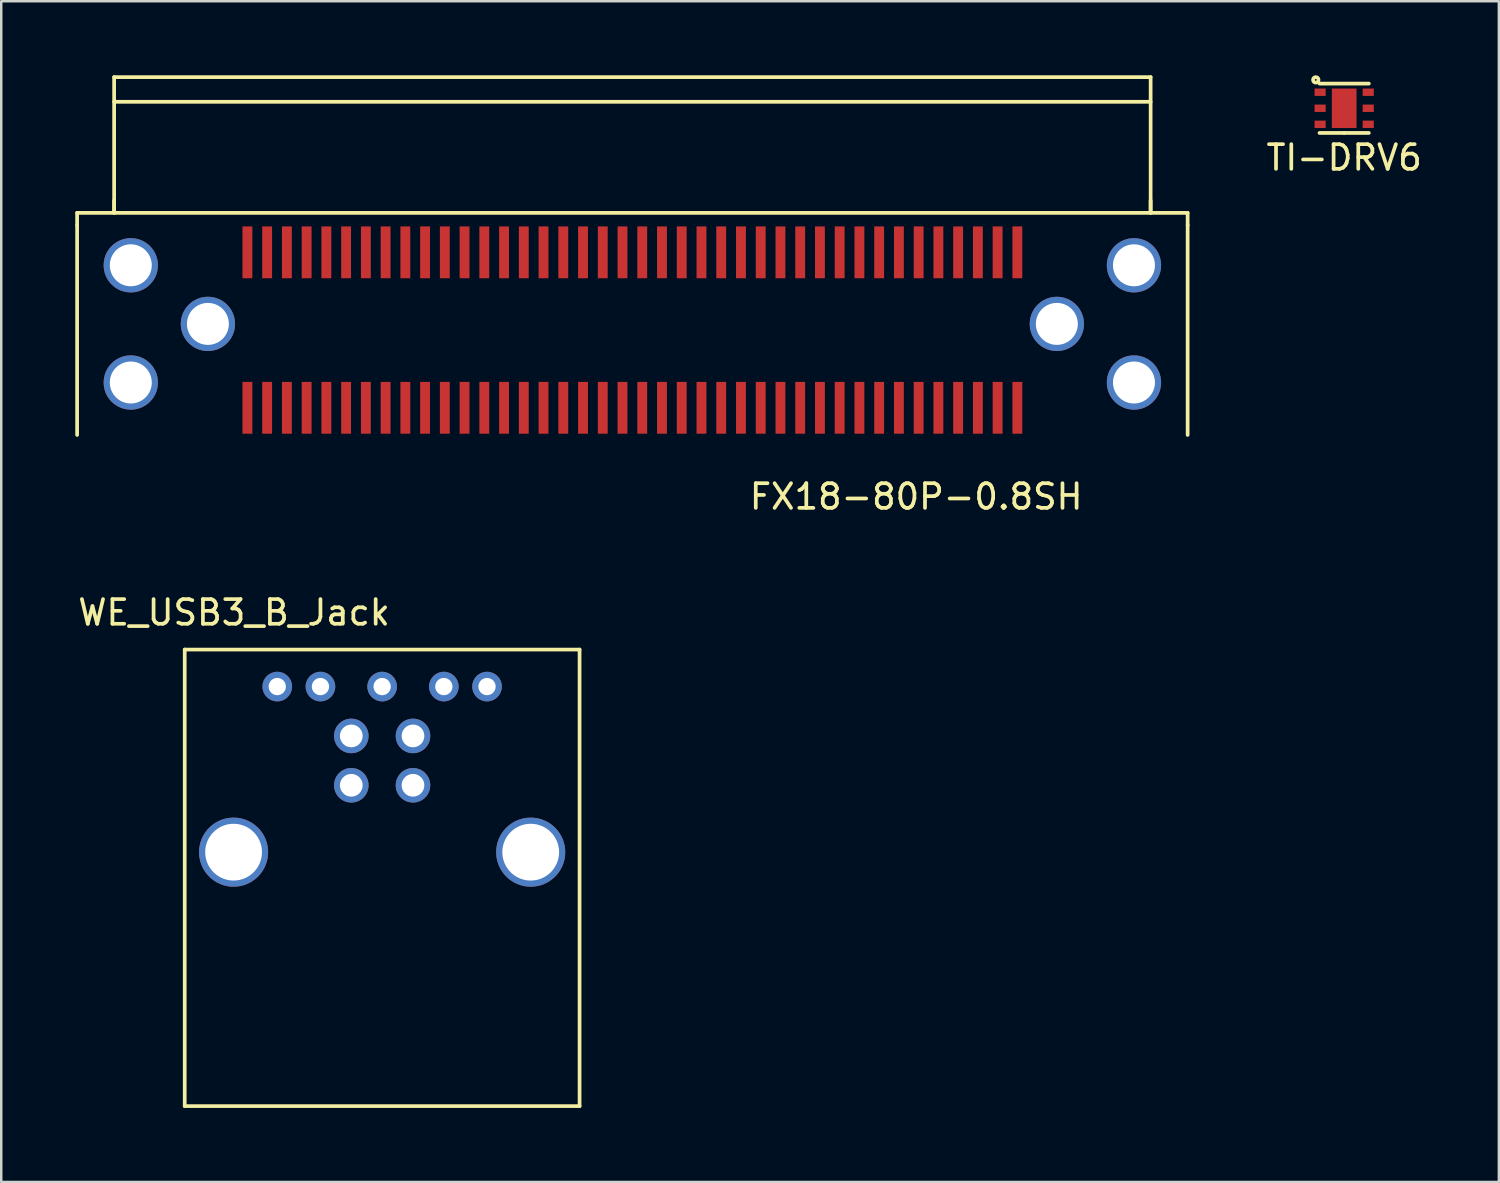
<source format=kicad_pcb>
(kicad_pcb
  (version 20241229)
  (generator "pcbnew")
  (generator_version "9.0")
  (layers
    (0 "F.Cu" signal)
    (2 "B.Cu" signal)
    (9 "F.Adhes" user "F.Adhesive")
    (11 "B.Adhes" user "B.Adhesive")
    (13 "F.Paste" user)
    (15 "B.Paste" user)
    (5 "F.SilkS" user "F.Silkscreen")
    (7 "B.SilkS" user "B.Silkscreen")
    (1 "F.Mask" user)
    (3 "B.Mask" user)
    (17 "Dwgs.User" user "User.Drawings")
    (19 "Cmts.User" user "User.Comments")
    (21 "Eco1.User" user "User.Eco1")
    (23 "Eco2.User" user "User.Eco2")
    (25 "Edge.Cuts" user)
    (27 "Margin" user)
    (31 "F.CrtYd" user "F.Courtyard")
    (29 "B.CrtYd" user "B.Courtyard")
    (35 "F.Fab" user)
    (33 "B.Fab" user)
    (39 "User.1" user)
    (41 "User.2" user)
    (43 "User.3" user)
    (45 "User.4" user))
  (footprint "FX18-80P-0.8SH"
    (layer "F.Cu")
    (at 22.575 10.075)
    (property "Reference" "FX18-80P-0.8SH" (at 11.5 7 0) (layer "F.SilkS") (effects (font (size 1 1) (thickness 0.15))))
    (attr through_hole)
    (fp_line (start -22.5 -4.5) (end -22.5 -4) (stroke (width 0.15) (type solid)) (layer "F.SilkS"))
    (fp_line (start -22.5 4.5) (end -22.5 -4) (stroke (width 0.15) (type solid)) (layer "F.SilkS"))
    (fp_line (start -21 -10) (end 21 -10) (stroke (width 0.15) (type solid)) (layer "F.SilkS"))
    (fp_line (start -21 -9) (end 21 -9) (stroke (width 0.15) (type solid)) (layer "F.SilkS"))
    (fp_line (start -21 -4.5) (end -21 -10) (stroke (width 0.15) (type solid)) (layer "F.SilkS"))
    (fp_line (start -21 -4.5) (end -21 -5) (stroke (width 0.15) (type solid)) (layer "F.SilkS"))
    (fp_line (start 21 -10) (end 21 -4.5) (stroke (width 0.15) (type solid)) (layer "F.SilkS"))
    (fp_line (start 21 -4.5) (end 21 -5) (stroke (width 0.15) (type solid)) (layer "F.SilkS"))
    (fp_line (start 22.5 -4.5) (end -22.5 -4.5) (stroke (width 0.15) (type solid)) (layer "F.SilkS"))
    (fp_line (start 22.5 -4) (end 22.5 -4.5) (stroke (width 0.15) (type solid)) (layer "F.SilkS"))
    (fp_line (start 22.5 4.5) (end 22.5 -4) (stroke (width 0.15) (type solid)) (layer "F.SilkS"))
    (pad "1" smd rect (at -15.6 3.4) (size 0.4 2.1) (layers "F.Cu" "F.Mask" "F.Paste"))
    (pad "2" smd rect (at -14.8 3.4) (size 0.4 2.1) (layers "F.Cu" "F.Mask" "F.Paste"))
    (pad "3" smd rect (at -14 3.4) (size 0.4 2.1) (layers "F.Cu" "F.Mask" "F.Paste"))
    (pad "4" smd rect (at -13.2 3.4) (size 0.4 2.1) (layers "F.Cu" "F.Mask" "F.Paste"))
    (pad "5" smd rect (at -12.4 3.4) (size 0.4 2.1) (layers "F.Cu" "F.Mask" "F.Paste"))
    (pad "6" smd rect (at -11.6 3.4) (size 0.4 2.1) (layers "F.Cu" "F.Mask" "F.Paste"))
    (pad "7" smd rect (at -10.8 3.4) (size 0.4 2.1) (layers "F.Cu" "F.Mask" "F.Paste"))
    (pad "8" smd rect (at -10 3.4) (size 0.4 2.1) (layers "F.Cu" "F.Mask" "F.Paste"))
    (pad "9" smd rect (at -9.2 3.4) (size 0.4 2.1) (layers "F.Cu" "F.Mask" "F.Paste"))
    (pad "10" smd rect (at -8.4 3.4) (size 0.4 2.1) (layers "F.Cu" "F.Mask" "F.Paste"))
    (pad "11" smd rect (at -7.6 3.4) (size 0.4 2.1) (layers "F.Cu" "F.Mask" "F.Paste"))
    (pad "12" smd rect (at -6.8 3.4) (size 0.4 2.1) (layers "F.Cu" "F.Mask" "F.Paste"))
    (pad "13" smd rect (at -6 3.4) (size 0.4 2.1) (layers "F.Cu" "F.Mask" "F.Paste"))
    (pad "14" smd rect (at -5.2 3.4) (size 0.4 2.1) (layers "F.Cu" "F.Mask" "F.Paste"))
    (pad "15" smd rect (at -4.4 3.4) (size 0.4 2.1) (layers "F.Cu" "F.Mask" "F.Paste"))
    (pad "16" smd rect (at -3.6 3.4) (size 0.4 2.1) (layers "F.Cu" "F.Mask" "F.Paste"))
    (pad "17" smd rect (at -2.8 3.4) (size 0.4 2.1) (layers "F.Cu" "F.Mask" "F.Paste"))
    (pad "18" smd rect (at -2 3.4) (size 0.4 2.1) (layers "F.Cu" "F.Mask" "F.Paste"))
    (pad "19" smd rect (at -1.2 3.4) (size 0.4 2.1) (layers "F.Cu" "F.Mask" "F.Paste"))
    (pad "20" smd rect (at -0.4 3.4) (size 0.4 2.1) (layers "F.Cu" "F.Mask" "F.Paste"))
    (pad "21" smd rect (at 0.4 3.4) (size 0.4 2.1) (layers "F.Cu" "F.Mask" "F.Paste"))
    (pad "22" smd rect (at 1.2 3.4) (size 0.4 2.1) (layers "F.Cu" "F.Mask" "F.Paste"))
    (pad "23" smd rect (at 2 3.4) (size 0.4 2.1) (layers "F.Cu" "F.Mask" "F.Paste"))
    (pad "24" smd rect (at 2.8 3.4) (size 0.4 2.1) (layers "F.Cu" "F.Mask" "F.Paste"))
    (pad "25" smd rect (at 3.6 3.4) (size 0.4 2.1) (layers "F.Cu" "F.Mask" "F.Paste"))
    (pad "26" smd rect (at 4.4 3.4) (size 0.4 2.1) (layers "F.Cu" "F.Mask" "F.Paste"))
    (pad "27" smd rect (at 5.2 3.4) (size 0.4 2.1) (layers "F.Cu" "F.Mask" "F.Paste"))
    (pad "28" smd rect (at 6 3.4) (size 0.4 2.1) (layers "F.Cu" "F.Mask" "F.Paste"))
    (pad "29" smd rect (at 6.8 3.4) (size 0.4 2.1) (layers "F.Cu" "F.Mask" "F.Paste"))
    (pad "30" smd rect (at 7.6 3.4) (size 0.4 2.1) (layers "F.Cu" "F.Mask" "F.Paste"))
    (pad "31" smd rect (at 8.4 3.4) (size 0.4 2.1) (layers "F.Cu" "F.Mask" "F.Paste"))
    (pad "32" smd rect (at 9.2 3.4) (size 0.4 2.1) (layers "F.Cu" "F.Mask" "F.Paste"))
    (pad "33" smd rect (at 10 3.4) (size 0.4 2.1) (layers "F.Cu" "F.Mask" "F.Paste"))
    (pad "34" smd rect (at 10.8 3.4) (size 0.4 2.1) (layers "F.Cu" "F.Mask" "F.Paste"))
    (pad "35" smd rect (at 11.6 3.4) (size 0.4 2.1) (layers "F.Cu" "F.Mask" "F.Paste"))
    (pad "36" smd rect (at 12.4 3.4) (size 0.4 2.1) (layers "F.Cu" "F.Mask" "F.Paste"))
    (pad "37" smd rect (at 13.2 3.4) (size 0.4 2.1) (layers "F.Cu" "F.Mask" "F.Paste"))
    (pad "38" smd rect (at 14 3.4) (size 0.4 2.1) (layers "F.Cu" "F.Mask" "F.Paste"))
    (pad "39" smd rect (at 14.8 3.4) (size 0.4 2.1) (layers "F.Cu" "F.Mask" "F.Paste"))
    (pad "40" smd rect (at 15.6 3.4) (size 0.4 2.1) (layers "F.Cu" "F.Mask" "F.Paste"))
    (pad "41" smd rect (at 15.6 -2.9) (size 0.4 2.1) (layers "F.Cu" "F.Mask" "F.Paste"))
    (pad "42" smd rect (at 14.8 -2.9) (size 0.4 2.1) (layers "F.Cu" "F.Mask" "F.Paste"))
    (pad "43" smd rect (at 14 -2.9) (size 0.4 2.1) (layers "F.Cu" "F.Mask" "F.Paste"))
    (pad "44" smd rect (at 13.2 -2.9) (size 0.4 2.1) (layers "F.Cu" "F.Mask" "F.Paste"))
    (pad "45" smd rect (at 12.4 -2.9) (size 0.4 2.1) (layers "F.Cu" "F.Mask" "F.Paste"))
    (pad "46" smd rect (at 11.6 -2.9) (size 0.4 2.1) (layers "F.Cu" "F.Mask" "F.Paste"))
    (pad "47" smd rect (at 10.8 -2.9) (size 0.4 2.1) (layers "F.Cu" "F.Mask" "F.Paste"))
    (pad "48" smd rect (at 10 -2.9) (size 0.4 2.1) (layers "F.Cu" "F.Mask" "F.Paste"))
    (pad "49" smd rect (at 9.2 -2.9) (size 0.4 2.1) (layers "F.Cu" "F.Mask" "F.Paste"))
    (pad "50" smd rect (at 8.4 -2.9) (size 0.4 2.1) (layers "F.Cu" "F.Mask" "F.Paste"))
    (pad "51" smd rect (at 7.6 -2.9) (size 0.4 2.1) (layers "F.Cu" "F.Mask" "F.Paste"))
    (pad "52" smd rect (at 6.8 -2.9) (size 0.4 2.1) (layers "F.Cu" "F.Mask" "F.Paste"))
    (pad "53" smd rect (at 6 -2.9) (size 0.4 2.1) (layers "F.Cu" "F.Mask" "F.Paste"))
    (pad "54" smd rect (at 5.2 -2.9) (size 0.4 2.1) (layers "F.Cu" "F.Mask" "F.Paste"))
    (pad "55" smd rect (at 4.4 -2.9) (size 0.4 2.1) (layers "F.Cu" "F.Mask" "F.Paste"))
    (pad "56" smd rect (at 3.6 -2.9) (size 0.4 2.1) (layers "F.Cu" "F.Mask" "F.Paste"))
    (pad "57" smd rect (at 2.8 -2.9) (size 0.4 2.1) (layers "F.Cu" "F.Mask" "F.Paste"))
    (pad "58" smd rect (at 2 -2.9) (size 0.4 2.1) (layers "F.Cu" "F.Mask" "F.Paste"))
    (pad "59" smd rect (at 1.2 -2.9) (size 0.4 2.1) (layers "F.Cu" "F.Mask" "F.Paste"))
    (pad "60" smd rect (at 0.4 -2.9) (size 0.4 2.1) (layers "F.Cu" "F.Mask" "F.Paste"))
    (pad "61" smd rect (at -0.4 -2.9) (size 0.4 2.1) (layers "F.Cu" "F.Mask" "F.Paste"))
    (pad "62" smd rect (at -1.2 -2.9) (size 0.4 2.1) (layers "F.Cu" "F.Mask" "F.Paste"))
    (pad "63" smd rect (at -2 -2.9) (size 0.4 2.1) (layers "F.Cu" "F.Mask" "F.Paste"))
    (pad "64" smd rect (at -2.8 -2.9) (size 0.4 2.1) (layers "F.Cu" "F.Mask" "F.Paste"))
    (pad "65" smd rect (at -3.6 -2.9) (size 0.4 2.1) (layers "F.Cu" "F.Mask" "F.Paste"))
    (pad "66" smd rect (at -4.4 -2.9) (size 0.4 2.1) (layers "F.Cu" "F.Mask" "F.Paste"))
    (pad "67" smd rect (at -5.2 -2.9) (size 0.4 2.1) (layers "F.Cu" "F.Mask" "F.Paste"))
    (pad "68" smd rect (at -6 -2.9) (size 0.4 2.1) (layers "F.Cu" "F.Mask" "F.Paste"))
    (pad "69" smd rect (at -6.8 -2.9) (size 0.4 2.1) (layers "F.Cu" "F.Mask" "F.Paste"))
    (pad "70" smd rect (at -7.6 -2.9) (size 0.4 2.1) (layers "F.Cu" "F.Mask" "F.Paste"))
    (pad "71" smd rect (at -8.4 -2.9) (size 0.4 2.1) (layers "F.Cu" "F.Mask" "F.Paste"))
    (pad "72" smd rect (at -9.2 -2.9) (size 0.4 2.1) (layers "F.Cu" "F.Mask" "F.Paste"))
    (pad "73" smd rect (at -10 -2.9) (size 0.4 2.1) (layers "F.Cu" "F.Mask" "F.Paste"))
    (pad "74" smd rect (at -10.8 -2.9) (size 0.4 2.1) (layers "F.Cu" "F.Mask" "F.Paste"))
    (pad "75" smd rect (at -11.6 -2.9) (size 0.4 2.1) (layers "F.Cu" "F.Mask" "F.Paste"))
    (pad "76" smd rect (at -12.4 -2.9) (size 0.4 2.1) (layers "F.Cu" "F.Mask" "F.Paste"))
    (pad "77" smd rect (at -13.2 -2.9) (size 0.4 2.1) (layers "F.Cu" "F.Mask" "F.Paste"))
    (pad "78" smd rect (at -14 -2.9) (size 0.4 2.1) (layers "F.Cu" "F.Mask" "F.Paste"))
    (pad "79" smd rect (at -14.8 -2.9) (size 0.4 2.1) (layers "F.Cu" "F.Mask" "F.Paste"))
    (pad "80" smd rect (at -15.6 -2.9) (size 0.4 2.1) (layers "F.Cu" "F.Mask" "F.Paste"))
    (pad "SHLD" thru_hole oval (at -20.325 -2.375) (size 2.2 2.2) (drill 1.7) (layers "*.Cu" "*.Mask"))
    (pad "SHLD" thru_hole oval (at -20.325 2.375) (size 2.2 2.2) (drill 1.7) (layers "*.Cu" "*.Mask"))
    (pad "SHLD" thru_hole oval (at -17.2 0) (size 2.2 2.2) (drill 1.7) (layers "*.Cu" "*.Mask"))
    (pad "SHLD" thru_hole oval (at 17.2 0) (size 2.2 2.2) (drill 1.7) (layers "*.Cu" "*.Mask"))
    (pad "SHLD" thru_hole oval (at 20.325 -2.375) (size 2.2 2.2) (drill 1.7) (layers "*.Cu" "*.Mask"))
    (pad "SHLD" thru_hole oval (at 20.325 2.375) (size 2.2 2.2) (drill 1.7) (layers "*.Cu" "*.Mask")))
  (footprint "WE_USB3_B_Jack"
    (layer "F.Cu")
    (at 12.435 27.771)
    (property "Reference" "WE_USB3_B_Jack" (at -6 -6 0) (layer "F.SilkS") (effects (font (size 1 1) (thickness 0.15))))
    (attr through_hole)
    (fp_line (start -8 14) (end -8 -4.5) (stroke (width 0.15) (type solid)) (layer "F.SilkS"))
    (fp_line (start -8 14) (end 8 14) (stroke (width 0.15) (type solid)) (layer "F.SilkS"))
    (fp_line (start 8 -4.5) (end -8 -4.5) (stroke (width 0.15) (type solid)) (layer "F.SilkS"))
    (fp_line (start 8 -4.5) (end 8 14) (stroke (width 0.15) (type solid)) (layer "F.SilkS"))
    (pad "1" thru_hole circle (at 1.25 -1) (size 1.4 1.4) (drill 0.92) (layers "*.Cu" "*.Mask"))
    (pad "2" thru_hole circle (at -1.25 -1) (size 1.4 1.4) (drill 0.92) (layers "*.Cu" "*.Mask"))
    (pad "3" thru_hole circle (at -1.25 1) (size 1.4 1.4) (drill 0.92) (layers "*.Cu" "*.Mask"))
    (pad "4" thru_hole circle (at 1.25 1) (size 1.4 1.4) (drill 0.92) (layers "*.Cu" "*.Mask"))
    (pad "5" thru_hole circle (at -4.25 -3) (size 1.2 1.2) (drill 0.7) (layers "*.Cu" "*.Mask"))
    (pad "6" thru_hole circle (at -2.5 -3) (size 1.2 1.2) (drill 0.7) (layers "*.Cu" "*.Mask"))
    (pad "7" thru_hole circle (at 0 -3) (size 1.2 1.2) (drill 0.7) (layers "*.Cu" "*.Mask"))
    (pad "8" thru_hole circle (at 2.5 -3) (size 1.2 1.2) (drill 0.7) (layers "*.Cu" "*.Mask"))
    (pad "9" thru_hole circle (at 4.25 -3) (size 1.2 1.2) (drill 0.7) (layers "*.Cu" "*.Mask"))
    (pad "10" thru_hole circle (at -6.02 3.71) (size 2.8 2.8) (drill 2.3) (layers "*.Cu" "*.Mask"))
    (pad "10" thru_hole circle (at 6.02 3.71) (size 2.8 2.8) (drill 2.3) (layers "*.Cu" "*.Mask")))
  (footprint "TI-DRV6"
    (layer "F.Cu")
    (at 51.418 1.337)
    (property "Reference" "TI-DRV6" (at 0 2 0) (layer "F.SilkS") (effects (font (size 1 1) (thickness 0.15))))
    (attr through_hole)
    (fp_line (start -1 -1) (end 1 -1) (stroke (width 0.15) (type solid)) (layer "F.SilkS"))
    (fp_line (start 0 1) (end -1 1) (stroke (width 0.15) (type solid)) (layer "F.SilkS"))
    (fp_line (start 0 1) (end 1 1) (stroke (width 0.15) (type solid)) (layer "F.SilkS"))
    (fp_circle (center -1.15 -1.15) (end -1.05 -1.2) (stroke (width 0.15) (type solid)) (fill no) (layer "F.SilkS"))
    (pad "" smd rect (at 0 -0.4) (size 0.95 0.7) (layers "F.Paste"))
    (pad "" smd rect (at 0 0.4) (size 0.95 0.7) (layers "F.Paste"))
    (pad "1" smd rect (at -0.975 -0.65) (size 0.45 0.3) (layers "F.Cu" "F.Mask" "F.Paste"))
    (pad "2" smd rect (at -0.975 0) (size 0.45 0.3) (layers "F.Cu" "F.Mask" "F.Paste"))
    (pad "3" smd rect (at -0.975 0.65) (size 0.45 0.3) (layers "F.Cu" "F.Mask" "F.Paste"))
    (pad "4" smd rect (at 0.975 0.65) (size 0.45 0.3) (layers "F.Cu" "F.Mask" "F.Paste"))
    (pad "5" smd rect (at 0.975 0) (size 0.45 0.3) (layers "F.Cu" "F.Mask" "F.Paste"))
    (pad "6" smd rect (at 0.975 -0.65) (size 0.45 0.3) (layers "F.Cu" "F.Mask" "F.Paste"))
    (pad "7" smd rect (at 0 0) (size 1 1.6) (layers "F.Cu" "F.Mask")))
  (gr_rect
    (start -3 -3)
    (end 57.686 44.846)
    (stroke (width 0.1) (type default))
    (fill no)
    (layer "Edge.Cuts")))
</source>
